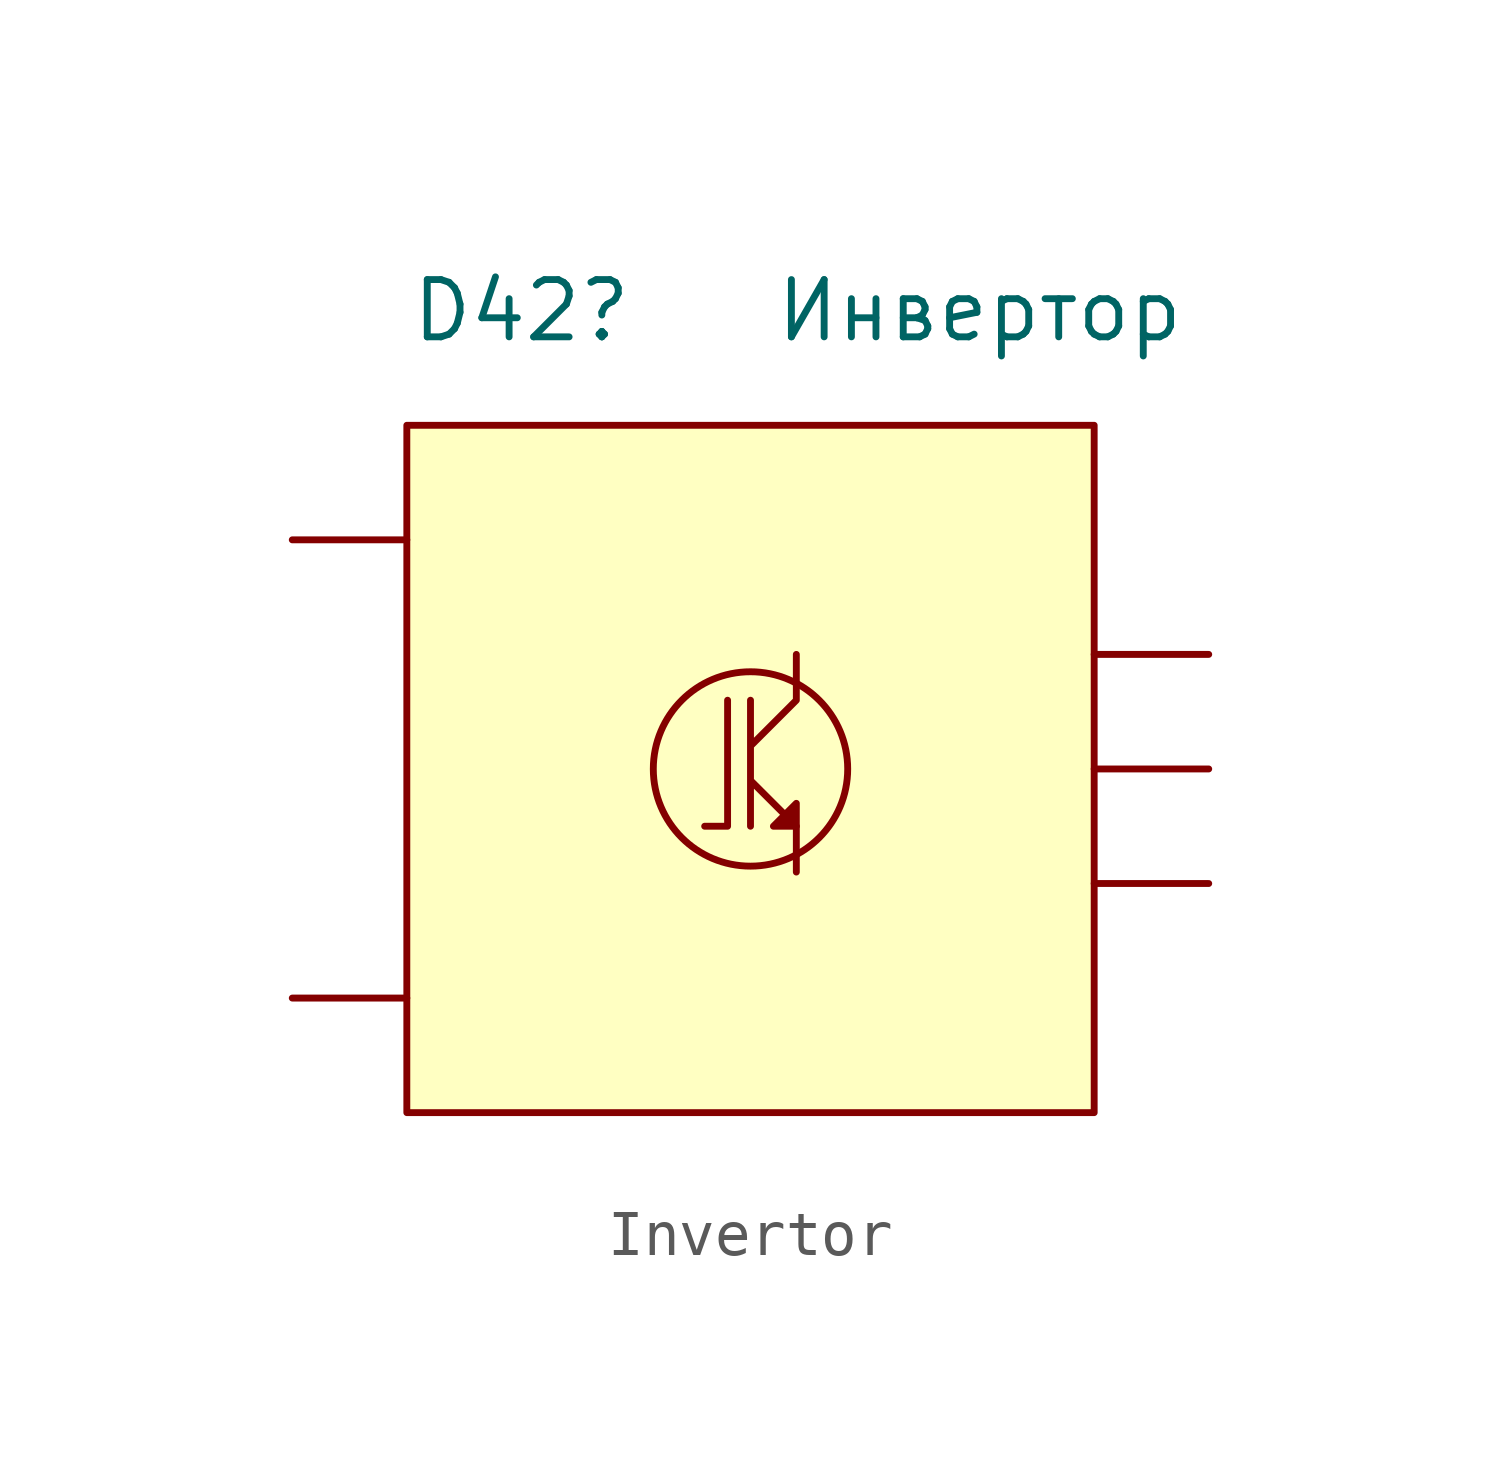
<source format=kicad_sym>
(kicad_symbol_lib
  (version 20211014)
  (generator kicad_symbol_editor)
  (symbol "Invertor"
    (property "Reference" "D42"
      (at -5.08 10.16 0)
      (effects (font (size 1.27 1.27))))
    (property "Value" "Инвертор"
      (at 5.08 10.16 0)
      (effects (font (size 1.27 1.27))))
    (symbol "Invertor_0_1"
      (rectangle (start -7.62 7.62) (end 7.62 -7.62) (stroke (width 0) (type default) (color 0 0 0 0)) (fill (type background)))
      (polyline (pts (xy -0.508 1.524) (xy -0.508 -1.27) (xy -1.016 -1.27)) (stroke (width 0) (type default) (color 0 0 0 0)) (fill (type none)))
      (polyline (pts (xy 1.016 -1.27) (xy 1.016 -0.762) (xy 0.508 -1.27) (xy 1.016 -1.27)) (stroke (width 0) (type default) (color 0 0 0 0)) (fill (type outline)))
      (polyline (pts (xy 1.016 2.54) (xy 1.016 1.524) (xy 0 0.508) (xy 0 1.524) (xy 0 -1.27) (xy 0 -0.254) (xy 1.016 -1.27) (xy 1.016 -2.286)) (stroke (width 0) (type default) (color 0 0 0 0)) (fill (type none)))
      (circle (center 0 0) (radius 2.155) (stroke (width 0) (type default) (color 0 0 0 0)) (fill (type none))))
    (symbol "Invertor_1_1"
      (pin input line (at -10.16 -5.08 0) (length 2.54) (name "" (effects (font (size 1.27 1.27)))) (number "" (effects (font (size 1.27 1.27)))))
      (pin input line (at -10.16 5.08 0) (length 2.54) (name "" (effects (font (size 1.27 1.27)))) (number "" (effects (font (size 1.27 1.27)))))
      (pin input line (at 10.16 -2.54 180) (length 2.54) (name "" (effects (font (size 1.27 1.27)))) (number "" (effects (font (size 1.27 1.27)))))
      (pin input line (at 10.16 0 180) (length 2.54) (name "" (effects (font (size 1.27 1.27)))) (number "" (effects (font (size 1.27 1.27)))))
      (pin input line (at 10.16 2.54 180) (length 2.54) (name "" (effects (font (size 1.27 1.27)))) (number "" (effects (font (size 1.27 1.27))))))))
</source>
